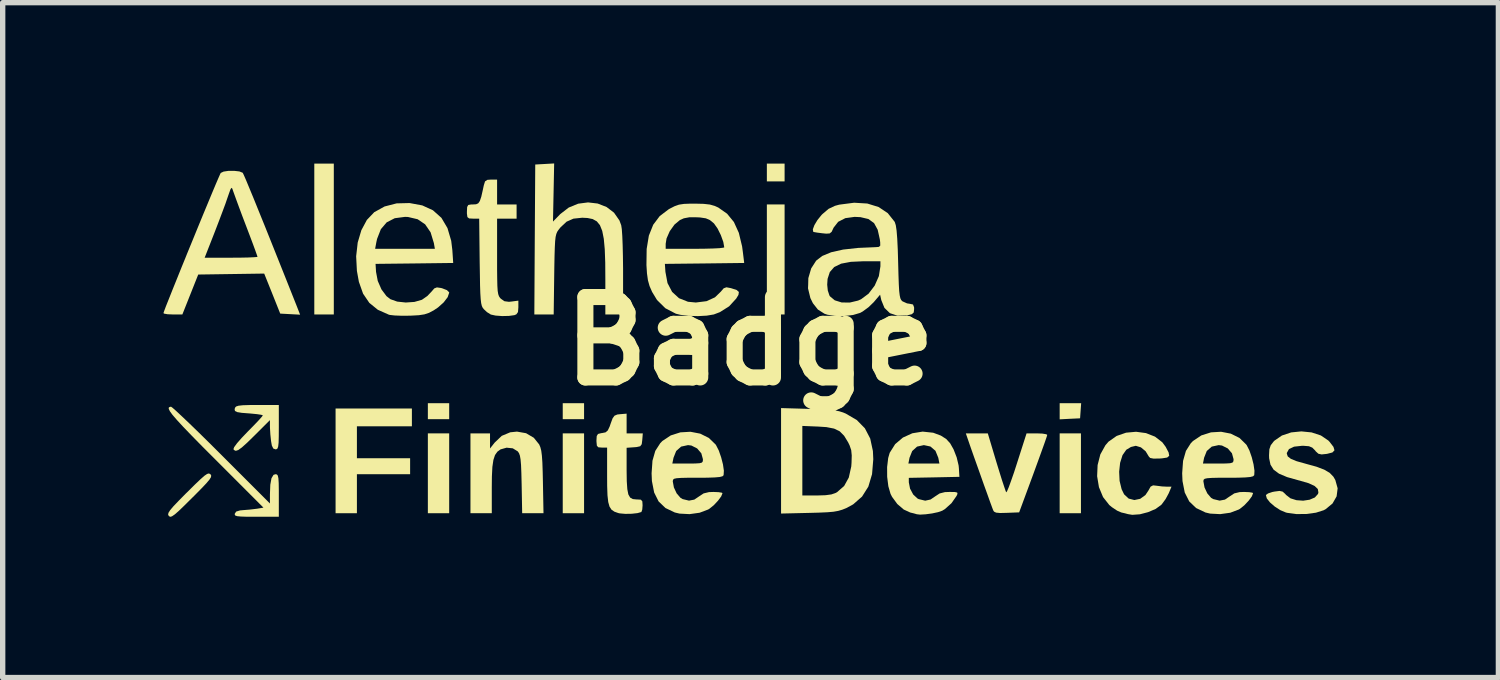
<source format=kicad_pcb>
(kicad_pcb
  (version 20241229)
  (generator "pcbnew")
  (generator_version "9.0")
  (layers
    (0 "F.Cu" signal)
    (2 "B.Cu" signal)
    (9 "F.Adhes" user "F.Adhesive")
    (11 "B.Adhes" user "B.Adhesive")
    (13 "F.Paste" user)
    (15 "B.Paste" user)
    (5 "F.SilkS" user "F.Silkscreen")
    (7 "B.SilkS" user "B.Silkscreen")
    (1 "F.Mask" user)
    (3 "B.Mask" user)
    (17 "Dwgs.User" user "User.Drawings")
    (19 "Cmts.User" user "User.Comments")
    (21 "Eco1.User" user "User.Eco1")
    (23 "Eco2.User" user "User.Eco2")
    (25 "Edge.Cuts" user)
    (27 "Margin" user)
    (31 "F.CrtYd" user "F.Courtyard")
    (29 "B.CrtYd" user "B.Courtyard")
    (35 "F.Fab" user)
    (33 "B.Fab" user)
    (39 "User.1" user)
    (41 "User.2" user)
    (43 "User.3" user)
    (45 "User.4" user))
  (footprint "Badge"
    (layer "F.Cu")
    (at 10.945 3.315)
    (property "Reference" "Badge" (at 0 0 0) (layer "F.SilkS") (effects (font (size 1.5 1.5) (thickness 0.3))))
    (attr board_only exclude_from_pos_files exclude_from_bom)
    (fp_poly (pts (xy -7.766 -1.904) (xy -7.766 -0.497) (xy -7.948 -0.497) (xy -8.13 -0.497) (xy -8.13 -1.904) (xy -8.13 -3.312) (xy -7.948 -3.312) (xy -7.766 -3.312)) (stroke (width 0) (type solid)) (fill yes) (layer "F.SilkS"))
    (fp_poly (pts (xy -5.613 1.308) (xy -5.613 1.457) (xy -5.812 1.457) (xy -6.011 1.457) (xy -6.011 1.308) (xy -6.011 1.159) (xy -5.812 1.159) (xy -5.613 1.159)) (stroke (width 0) (type solid)) (fill yes) (layer "F.SilkS"))
    (fp_poly (pts (xy -5.613 2.467) (xy -5.613 3.212) (xy -5.812 3.212) (xy -6.011 3.212) (xy -6.011 2.467) (xy -6.011 1.722) (xy -5.812 1.722) (xy -5.613 1.722)) (stroke (width 0) (type solid)) (fill yes) (layer "F.SilkS"))
    (fp_poly (pts (xy -3.096 1.308) (xy -3.096 1.457) (xy -3.295 1.457) (xy -3.494 1.457) (xy -3.494 1.308) (xy -3.494 1.159) (xy -3.295 1.159) (xy -3.096 1.159)) (stroke (width 0) (type solid)) (fill yes) (layer "F.SilkS"))
    (fp_poly (pts (xy -3.096 2.467) (xy -3.096 3.212) (xy -3.295 3.212) (xy -3.494 3.212) (xy -3.494 2.467) (xy -3.494 1.722) (xy -3.295 1.722) (xy -3.096 1.722)) (stroke (width 0) (type solid)) (fill yes) (layer "F.SilkS"))
    (fp_poly (pts (xy 0.646 -3.146) (xy 0.646 -2.98) (xy 0.48 -2.98) (xy 0.315 -2.98) (xy 0.315 -3.146) (xy 0.315 -3.312) (xy 0.48 -3.312) (xy 0.646 -3.312)) (stroke (width 0) (type solid)) (fill yes) (layer "F.SilkS"))
    (fp_poly (pts (xy 0.646 -1.523) (xy 0.646 -0.497) (xy 0.48 -0.497) (xy 0.315 -0.497) (xy 0.315 -1.523) (xy 0.315 -2.55) (xy 0.48 -2.55) (xy 0.646 -2.55)) (stroke (width 0) (type solid)) (fill yes) (layer "F.SilkS"))
    (fp_poly (pts (xy 6.17 1.3) (xy 6.16 1.441) (xy 5.969 1.45) (xy 5.779 1.46) (xy 5.779 1.31) (xy 5.779 1.159) (xy 5.979 1.159) (xy 6.18 1.159)) (stroke (width 0) (type solid)) (fill yes) (layer "F.SilkS"))
    (fp_poly (pts (xy 6.176 2.467) (xy 6.176 3.212) (xy 5.977 3.212) (xy 5.779 3.212) (xy 5.779 2.467) (xy 5.779 1.722) (xy 5.977 1.722) (xy 6.176 1.722)) (stroke (width 0) (type solid)) (fill yes) (layer "F.SilkS"))
    (fp_poly (pts (xy -6.309 1.424) (xy -6.309 1.59) (xy -6.822 1.59) (xy -7.335 1.59) (xy -7.335 1.888) (xy -7.335 2.186) (xy -6.838 2.186) (xy -6.342 2.186) (xy -6.342 2.335) (xy -6.342 2.484) (xy -6.838 2.484) (xy -7.335 2.484) (xy -7.335 2.848) (xy -7.335 3.212) (xy -7.534 3.212) (xy -7.733 3.212) (xy -7.733 2.235) (xy -7.733 1.258) (xy -7.021 1.258) (xy -6.309 1.258)) (stroke (width 0) (type solid)) (fill yes) (layer "F.SilkS"))
    (fp_poly (pts (xy -10.073 2.481) (xy -10.068 2.485) (xy -10.054 2.508) (xy -10.058 2.539) (xy -10.086 2.584) (xy -10.143 2.652) (xy -10.236 2.75) (xy -10.369 2.885) (xy -10.41 2.925) (xy -10.555 3.069) (xy -10.661 3.171) (xy -10.736 3.236) (xy -10.786 3.27) (xy -10.818 3.279) (xy -10.841 3.267) (xy -10.846 3.262) (xy -10.858 3.237) (xy -10.851 3.204) (xy -10.82 3.155) (xy -10.76 3.084) (xy -10.663 2.982) (xy -10.526 2.843) (xy -10.504 2.822) (xy -10.36 2.679) (xy -10.254 2.578) (xy -10.18 2.513) (xy -10.13 2.479) (xy -10.097 2.47)) (stroke (width 0) (type solid)) (fill yes) (layer "F.SilkS"))
    (fp_poly (pts (xy 5.457 1.726) (xy 5.527 1.738) (xy 5.547 1.75) (xy 5.536 1.788) (xy 5.505 1.879) (xy 5.457 2.013) (xy 5.396 2.182) (xy 5.325 2.377) (xy 5.285 2.487) (xy 5.023 3.196) (xy 4.792 3.205) (xy 4.667 3.208) (xy 4.593 3.201) (xy 4.554 3.182) (xy 4.538 3.156) (xy 4.517 3.1) (xy 4.478 2.994) (xy 4.427 2.851) (xy 4.366 2.683) (xy 4.302 2.502) (xy 4.238 2.322) (xy 4.178 2.154) (xy 4.128 2.012) (xy 4.105 1.946) (xy 4.028 1.722) (xy 4.233 1.722) (xy 4.438 1.722) (xy 4.599 2.26) (xy 4.654 2.439) (xy 4.703 2.596) (xy 4.744 2.719) (xy 4.771 2.798) (xy 4.782 2.822) (xy 4.798 2.8) (xy 4.83 2.724) (xy 4.874 2.603) (xy 4.928 2.448) (xy 4.981 2.284) (xy 5.161 1.722) (xy 5.354 1.722)) (stroke (width 0) (type solid)) (fill yes) (layer "F.SilkS"))
    (fp_poly (pts (xy -4.178 1.719) (xy -4.034 1.804) (xy -3.934 1.928) (xy -3.912 1.979) (xy -3.895 2.045) (xy -3.883 2.137) (xy -3.874 2.266) (xy -3.868 2.442) (xy -3.864 2.624) (xy -3.853 3.212) (xy -4.052 3.212) (xy -4.251 3.212) (xy -4.261 2.669) (xy -4.266 2.464) (xy -4.272 2.314) (xy -4.281 2.209) (xy -4.293 2.139) (xy -4.31 2.092) (xy -4.333 2.059) (xy -4.335 2.057) (xy -4.426 2.001) (xy -4.542 1.989) (xy -4.655 2.021) (xy -4.714 2.064) (xy -4.758 2.127) (xy -4.788 2.218) (xy -4.807 2.348) (xy -4.816 2.526) (xy -4.818 2.73) (xy -4.818 3.212) (xy -5.017 3.212) (xy -5.216 3.212) (xy -5.216 2.467) (xy -5.216 1.722) (xy -5.034 1.722) (xy -4.851 1.722) (xy -4.851 1.863) (xy -4.851 2.004) (xy -4.765 1.895) (xy -4.632 1.768) (xy -4.474 1.702) (xy -4.348 1.689)) (stroke (width 0) (type solid)) (fill yes) (layer "F.SilkS"))
    (fp_poly (pts (xy -8.792 1.606) (xy -8.793 1.778) (xy -8.796 1.895) (xy -8.804 1.967) (xy -8.817 2.004) (xy -8.837 2.018) (xy -8.854 2.02) (xy -8.895 2.005) (xy -8.922 1.95) (xy -8.937 1.866) (xy -8.95 1.742) (xy -8.957 1.622) (xy -8.958 1.594) (xy -8.958 1.475) (xy -9.248 1.764) (xy -9.383 1.896) (xy -9.481 1.984) (xy -9.549 2.033) (xy -9.595 2.048) (xy -9.626 2.034) (xy -9.639 2.017) (xy -9.626 1.98) (xy -9.572 1.906) (xy -9.484 1.806) (xy -9.376 1.693) (xy -9.266 1.581) (xy -9.176 1.487) (xy -9.114 1.418) (xy -9.09 1.387) (xy -9.09 1.386) (xy -9.121 1.375) (xy -9.201 1.363) (xy -9.315 1.352) (xy -9.339 1.35) (xy -9.482 1.339) (xy -9.568 1.325) (xy -9.61 1.305) (xy -9.617 1.272) (xy -9.609 1.243) (xy -9.59 1.221) (xy -9.545 1.206) (xy -9.464 1.197) (xy -9.336 1.193) (xy -9.191 1.192) (xy -8.792 1.192)) (stroke (width 0) (type solid)) (fill yes) (layer "F.SilkS"))
    (fp_poly (pts (xy -10.771 1.248) (xy -10.698 1.313) (xy -10.59 1.414) (xy -10.45 1.547) (xy -10.285 1.707) (xy -10.1 1.889) (xy -9.901 2.087) (xy -9.861 2.127) (xy -8.958 3.03) (xy -8.958 2.86) (xy -8.951 2.679) (xy -8.929 2.559) (xy -8.891 2.496) (xy -8.854 2.484) (xy -8.828 2.489) (xy -8.811 2.51) (xy -8.8 2.56) (xy -8.794 2.649) (xy -8.792 2.787) (xy -8.792 2.881) (xy -8.792 3.278) (xy -9.209 3.278) (xy -9.381 3.278) (xy -9.498 3.274) (xy -9.569 3.267) (xy -9.605 3.255) (xy -9.615 3.235) (xy -9.614 3.221) (xy -9.587 3.181) (xy -9.517 3.16) (xy -9.454 3.154) (xy -9.332 3.144) (xy -9.215 3.13) (xy -9.192 3.127) (xy -9.079 3.108) (xy -9.983 2.203) (xy -10.224 1.962) (xy -10.42 1.762) (xy -10.575 1.601) (xy -10.692 1.474) (xy -10.775 1.378) (xy -10.825 1.309) (xy -10.847 1.263) (xy -10.844 1.237) (xy -10.818 1.226) (xy -10.802 1.225)) (stroke (width 0) (type solid)) (fill yes) (layer "F.SilkS"))
    (fp_poly (pts (xy -3.665 -2.772) (xy -3.676 -2.23) (xy -3.539 -2.371) (xy -3.382 -2.492) (xy -3.206 -2.564) (xy -3.022 -2.588) (xy -2.842 -2.567) (xy -2.676 -2.502) (xy -2.537 -2.396) (xy -2.436 -2.251) (xy -2.403 -2.162) (xy -2.392 -2.091) (xy -2.383 -1.964) (xy -2.376 -1.793) (xy -2.371 -1.587) (xy -2.368 -1.356) (xy -2.368 -1.267) (xy -2.368 -0.497) (xy -2.533 -0.497) (xy -2.699 -0.497) (xy -2.699 -1.157) (xy -2.701 -1.466) (xy -2.71 -1.714) (xy -2.728 -1.909) (xy -2.757 -2.056) (xy -2.8 -2.163) (xy -2.858 -2.234) (xy -2.935 -2.277) (xy -3.032 -2.297) (xy -3.13 -2.302) (xy -3.294 -2.285) (xy -3.423 -2.228) (xy -3.537 -2.121) (xy -3.574 -2.074) (xy -3.597 -2.04) (xy -3.614 -1.999) (xy -3.627 -1.944) (xy -3.636 -1.863) (xy -3.642 -1.749) (xy -3.647 -1.591) (xy -3.651 -1.382) (xy -3.653 -1.24) (xy -3.663 -0.497) (xy -3.844 -0.497) (xy -4.024 -0.497) (xy -4.016 -1.896) (xy -4.007 -3.295) (xy -3.83 -3.305) (xy -3.654 -3.315)) (stroke (width 0) (type solid)) (fill yes) (layer "F.SilkS"))
    (fp_poly (pts (xy 1.101 1.265) (xy 1.308 1.271) (xy 1.462 1.28) (xy 1.576 1.292) (xy 1.664 1.309) (xy 1.738 1.332) (xy 1.788 1.353) (xy 1.993 1.473) (xy 2.144 1.627) (xy 2.244 1.819) (xy 2.294 2.052) (xy 2.301 2.205) (xy 2.278 2.483) (xy 2.209 2.715) (xy 2.091 2.902) (xy 1.925 3.047) (xy 1.798 3.116) (xy 1.723 3.146) (xy 1.648 3.168) (xy 1.559 3.184) (xy 1.443 3.194) (xy 1.285 3.201) (xy 1.101 3.206) (xy 0.58 3.218) (xy 0.58 2.234) (xy 0.58 2.232) (xy 0.977 2.232) (xy 0.977 2.881) (xy 1.25 2.881) (xy 1.409 2.876) (xy 1.52 2.861) (xy 1.602 2.832) (xy 1.626 2.818) (xy 1.757 2.704) (xy 1.844 2.546) (xy 1.89 2.34) (xy 1.895 2.273) (xy 1.899 2.134) (xy 1.889 2.034) (xy 1.859 1.946) (xy 1.832 1.89) (xy 1.757 1.767) (xy 1.675 1.684) (xy 1.57 1.633) (xy 1.426 1.605) (xy 1.273 1.595) (xy 0.977 1.583) (xy 0.977 2.232) (xy 0.58 2.232) (xy 0.58 1.25)) (stroke (width 0) (type solid)) (fill yes) (layer "F.SilkS"))
    (fp_poly (pts (xy -2.302 1.538) (xy -2.302 1.722) (xy -2.151 1.722) (xy -2 1.722) (xy -2.01 1.846) (xy -2.02 1.924) (xy -2.048 1.962) (xy -2.113 1.977) (xy -2.161 1.981) (xy -2.302 1.991) (xy -2.302 2.413) (xy -2.299 2.617) (xy -2.289 2.763) (xy -2.27 2.861) (xy -2.236 2.92) (xy -2.186 2.948) (xy -2.116 2.955) (xy -2.108 2.955) (xy -2.037 2.959) (xy -2.009 2.99) (xy -2.004 3.063) (xy -2.01 3.143) (xy -2.026 3.188) (xy -2.028 3.19) (xy -2.099 3.21) (xy -2.207 3.222) (xy -2.327 3.224) (xy -2.429 3.215) (xy -2.457 3.209) (xy -2.53 3.183) (xy -2.584 3.146) (xy -2.621 3.089) (xy -2.645 3.003) (xy -2.659 2.878) (xy -2.665 2.705) (xy -2.666 2.509) (xy -2.666 1.987) (xy -2.765 1.987) (xy -2.829 1.982) (xy -2.857 1.953) (xy -2.864 1.881) (xy -2.865 1.857) (xy -2.86 1.772) (xy -2.836 1.733) (xy -2.777 1.718) (xy -2.76 1.716) (xy -2.695 1.703) (xy -2.653 1.667) (xy -2.618 1.593) (xy -2.6 1.54) (xy -2.564 1.442) (xy -2.528 1.392) (xy -2.476 1.37) (xy -2.423 1.364) (xy -2.302 1.354)) (stroke (width 0) (type solid)) (fill yes) (layer "F.SilkS"))
    (fp_poly (pts (xy -4.719 -2.782) (xy -4.719 -2.55) (xy -4.537 -2.55) (xy -4.355 -2.55) (xy -4.355 -2.417) (xy -4.355 -2.285) (xy -4.537 -2.285) (xy -4.719 -2.285) (xy -4.719 -1.573) (xy -4.719 -1.338) (xy -4.717 -1.16) (xy -4.714 -1.03) (xy -4.708 -0.938) (xy -4.698 -0.877) (xy -4.684 -0.837) (xy -4.665 -0.808) (xy -4.649 -0.791) (xy -4.582 -0.744) (xy -4.498 -0.733) (xy -4.45 -0.738) (xy -4.322 -0.755) (xy -4.322 -0.63) (xy -4.329 -0.542) (xy -4.36 -0.499) (xy -4.396 -0.484) (xy -4.497 -0.47) (xy -4.624 -0.467) (xy -4.746 -0.476) (xy -4.834 -0.495) (xy -4.835 -0.495) (xy -4.907 -0.54) (xy -4.967 -0.596) (xy -4.988 -0.623) (xy -5.004 -0.657) (xy -5.016 -0.708) (xy -5.025 -0.783) (xy -5.032 -0.891) (xy -5.037 -1.04) (xy -5.04 -1.239) (xy -5.044 -1.477) (xy -5.053 -2.285) (xy -5.168 -2.285) (xy -5.241 -2.289) (xy -5.273 -2.314) (xy -5.282 -2.379) (xy -5.282 -2.417) (xy -5.278 -2.502) (xy -5.257 -2.54) (xy -5.201 -2.55) (xy -5.167 -2.55) (xy -5.111 -2.553) (xy -5.071 -2.571) (xy -5.041 -2.614) (xy -5.014 -2.694) (xy -4.985 -2.822) (xy -4.967 -2.906) (xy -4.944 -2.98) (xy -4.901 -3.009) (xy -4.832 -3.014) (xy -4.719 -3.014)) (stroke (width 0) (type solid)) (fill yes) (layer "F.SilkS"))
    (fp_poly (pts (xy 7.39 1.717) (xy 7.558 1.783) (xy 7.694 1.888) (xy 7.757 1.973) (xy 7.812 2.078) (xy 7.823 2.141) (xy 7.785 2.173) (xy 7.69 2.188) (xy 7.646 2.191) (xy 7.531 2.193) (xy 7.468 2.181) (xy 7.442 2.153) (xy 7.383 2.056) (xy 7.295 1.983) (xy 7.2 1.954) (xy 7.199 1.954) (xy 7.109 1.976) (xy 7.022 2.028) (xy 7.022 2.028) (xy 6.952 2.128) (xy 6.907 2.271) (xy 6.889 2.437) (xy 6.897 2.608) (xy 6.935 2.764) (xy 6.981 2.859) (xy 7.067 2.939) (xy 7.173 2.966) (xy 7.282 2.943) (xy 7.379 2.873) (xy 7.435 2.789) (xy 7.476 2.716) (xy 7.522 2.692) (xy 7.579 2.698) (xy 7.689 2.712) (xy 7.77 2.716) (xy 7.866 2.716) (xy 7.814 2.84) (xy 7.755 2.949) (xy 7.682 3.048) (xy 7.674 3.056) (xy 7.57 3.132) (xy 7.429 3.192) (xy 7.276 3.232) (xy 7.134 3.242) (xy 7.054 3.229) (xy 6.999 3.214) (xy 6.929 3.198) (xy 6.851 3.164) (xy 6.755 3.1) (xy 6.705 3.059) (xy 6.588 2.91) (xy 6.512 2.726) (xy 6.478 2.522) (xy 6.487 2.313) (xy 6.538 2.114) (xy 6.633 1.943) (xy 6.691 1.876) (xy 6.842 1.77) (xy 7.018 1.709) (xy 7.205 1.692)) (stroke (width 0) (type solid)) (fill yes) (layer "F.SilkS"))
    (fp_poly (pts (xy 3.419 1.71) (xy 3.561 1.763) (xy 3.661 1.826) (xy 3.735 1.907) (xy 3.799 2.02) (xy 3.857 2.169) (xy 3.893 2.32) (xy 3.898 2.368) (xy 3.908 2.533) (xy 3.436 2.543) (xy 2.964 2.552) (xy 2.964 2.635) (xy 2.987 2.753) (xy 3.046 2.863) (xy 3.127 2.938) (xy 3.15 2.949) (xy 3.27 2.978) (xy 3.37 2.956) (xy 3.455 2.898) (xy 3.539 2.843) (xy 3.638 2.818) (xy 3.723 2.815) (xy 3.822 2.816) (xy 3.867 2.826) (xy 3.872 2.851) (xy 3.855 2.889) (xy 3.76 3.025) (xy 3.637 3.135) (xy 3.588 3.165) (xy 3.51 3.192) (xy 3.398 3.216) (xy 3.278 3.232) (xy 3.174 3.238) (xy 3.113 3.231) (xy 3.058 3.215) (xy 2.991 3.199) (xy 2.869 3.143) (xy 2.749 3.04) (xy 2.651 2.906) (xy 2.623 2.851) (xy 2.582 2.709) (xy 2.56 2.533) (xy 2.559 2.349) (xy 2.567 2.285) (xy 2.956 2.285) (xy 3.245 2.285) (xy 3.535 2.285) (xy 3.514 2.177) (xy 3.461 2.047) (xy 3.367 1.967) (xy 3.245 1.941) (xy 3.118 1.969) (xy 3.027 2.052) (xy 2.977 2.177) (xy 2.956 2.285) (xy 2.567 2.285) (xy 2.579 2.182) (xy 2.607 2.085) (xy 2.709 1.923) (xy 2.854 1.8) (xy 3.03 1.72) (xy 3.222 1.689)) (stroke (width 0) (type solid)) (fill yes) (layer "F.SilkS"))
    (fp_poly (pts (xy -6.115 -2.532) (xy -5.916 -2.441) (xy -5.758 -2.3) (xy -5.645 -2.109) (xy -5.575 -1.871) (xy -5.554 -1.698) (xy -5.538 -1.458) (xy -6.263 -1.449) (xy -6.987 -1.441) (xy -6.978 -1.292) (xy -6.946 -1.123) (xy -6.877 -0.965) (xy -6.783 -0.839) (xy -6.71 -0.782) (xy -6.583 -0.737) (xy -6.424 -0.72) (xy -6.262 -0.731) (xy -6.125 -0.77) (xy -6.116 -0.775) (xy -6.02 -0.842) (xy -5.942 -0.924) (xy -5.891 -0.983) (xy -5.842 -1.002) (xy -5.765 -0.991) (xy -5.743 -0.985) (xy -5.655 -0.951) (xy -5.614 -0.911) (xy -5.613 -0.903) (xy -5.641 -0.82) (xy -5.715 -0.723) (xy -5.821 -0.628) (xy -5.903 -0.573) (xy -5.99 -0.527) (xy -6.075 -0.499) (xy -6.179 -0.483) (xy -6.324 -0.475) (xy -6.357 -0.474) (xy -6.501 -0.473) (xy -6.629 -0.478) (xy -6.719 -0.488) (xy -6.739 -0.493) (xy -6.944 -0.584) (xy -7.103 -0.713) (xy -7.22 -0.885) (xy -7.298 -1.106) (xy -7.335 -1.31) (xy -7.349 -1.583) (xy -7.333 -1.722) (xy -6.995 -1.722) (xy -6.437 -1.722) (xy -5.88 -1.722) (xy -5.899 -1.83) (xy -5.96 -2.03) (xy -6.062 -2.179) (xy -6.202 -2.274) (xy -6.382 -2.316) (xy -6.438 -2.318) (xy -6.629 -2.293) (xy -6.779 -2.216) (xy -6.888 -2.088) (xy -6.959 -1.906) (xy -6.972 -1.846) (xy -6.995 -1.722) (xy -7.333 -1.722) (xy -7.32 -1.839) (xy -7.252 -2.069) (xy -7.149 -2.261) (xy -7.013 -2.404) (xy -7.012 -2.405) (xy -6.819 -2.512) (xy -6.594 -2.57) (xy -6.352 -2.576)) (stroke (width 0) (type solid)) (fill yes) (layer "F.SilkS"))
    (fp_poly (pts (xy -0.929 1.727) (xy -0.768 1.807) (xy -0.642 1.929) (xy -0.632 1.944) (xy -0.582 2.042) (xy -0.538 2.169) (xy -0.504 2.301) (xy -0.487 2.419) (xy -0.492 2.5) (xy -0.493 2.504) (xy -0.514 2.523) (xy -0.565 2.536) (xy -0.656 2.544) (xy -0.796 2.549) (xy -0.976 2.55) (xy -1.16 2.55) (xy -1.287 2.553) (xy -1.369 2.559) (xy -1.415 2.569) (xy -1.435 2.586) (xy -1.44 2.611) (xy -1.441 2.617) (xy -1.42 2.731) (xy -1.368 2.842) (xy -1.297 2.924) (xy -1.258 2.948) (xy -1.138 2.977) (xy -1.039 2.958) (xy -0.95 2.898) (xy -0.865 2.842) (xy -0.765 2.818) (xy -0.682 2.815) (xy -0.587 2.819) (xy -0.525 2.829) (xy -0.513 2.838) (xy -0.537 2.898) (xy -0.597 2.979) (xy -0.676 3.063) (xy -0.759 3.13) (xy -0.781 3.143) (xy -0.94 3.203) (xy -1.128 3.229) (xy -1.315 3.219) (xy -1.403 3.198) (xy -1.577 3.115) (xy -1.705 2.992) (xy -1.788 2.826) (xy -1.83 2.612) (xy -1.836 2.467) (xy -1.823 2.285) (xy -1.449 2.285) (xy -1.163 2.285) (xy -1.026 2.284) (xy -0.941 2.279) (xy -0.897 2.267) (xy -0.88 2.243) (xy -0.878 2.204) (xy -0.878 2.204) (xy -0.908 2.094) (xy -0.986 2.003) (xy -1.093 1.949) (xy -1.156 1.941) (xy -1.285 1.969) (xy -1.377 2.051) (xy -1.427 2.177) (xy -1.449 2.285) (xy -1.823 2.285) (xy -1.82 2.234) (xy -1.767 2.049) (xy -1.675 1.906) (xy -1.635 1.864) (xy -1.478 1.76) (xy -1.299 1.703) (xy -1.111 1.692)) (stroke (width 0) (type solid)) (fill yes) (layer "F.SilkS"))
    (fp_poly (pts (xy 8.972 1.727) (xy 9.134 1.807) (xy 9.259 1.929) (xy 9.27 1.944) (xy 9.32 2.042) (xy 9.364 2.169) (xy 9.397 2.301) (xy 9.414 2.419) (xy 9.41 2.5) (xy 9.408 2.504) (xy 9.387 2.523) (xy 9.336 2.536) (xy 9.245 2.544) (xy 9.106 2.549) (xy 8.926 2.55) (xy 8.742 2.55) (xy 8.615 2.553) (xy 8.533 2.559) (xy 8.487 2.569) (xy 8.466 2.586) (xy 8.461 2.611) (xy 8.461 2.617) (xy 8.482 2.731) (xy 8.534 2.842) (xy 8.604 2.924) (xy 8.644 2.948) (xy 8.764 2.977) (xy 8.863 2.958) (xy 8.952 2.898) (xy 9.037 2.842) (xy 9.137 2.818) (xy 9.219 2.815) (xy 9.315 2.819) (xy 9.376 2.829) (xy 9.388 2.838) (xy 9.365 2.898) (xy 9.305 2.979) (xy 9.226 3.063) (xy 9.143 3.13) (xy 9.121 3.143) (xy 8.962 3.203) (xy 8.774 3.229) (xy 8.587 3.219) (xy 8.499 3.198) (xy 8.325 3.115) (xy 8.197 2.992) (xy 8.113 2.826) (xy 8.071 2.612) (xy 8.065 2.467) (xy 8.078 2.285) (xy 8.453 2.285) (xy 8.738 2.285) (xy 8.876 2.284) (xy 8.96 2.279) (xy 9.004 2.267) (xy 9.021 2.243) (xy 9.024 2.204) (xy 9.024 2.204) (xy 8.994 2.094) (xy 8.916 2.003) (xy 8.808 1.949) (xy 8.746 1.941) (xy 8.617 1.969) (xy 8.524 2.051) (xy 8.474 2.177) (xy 8.453 2.285) (xy 8.078 2.285) (xy 8.082 2.234) (xy 8.135 2.049) (xy 8.226 1.906) (xy 8.267 1.864) (xy 8.423 1.76) (xy 8.603 1.703) (xy 8.791 1.692)) (stroke (width 0) (type solid)) (fill yes) (layer "F.SilkS"))
    (fp_poly (pts (xy -9.528 -3.166) (xy -9.468 -3.142) (xy -9.464 -3.138) (xy -9.445 -3.098) (xy -9.403 -3.002) (xy -9.342 -2.855) (xy -9.262 -2.662) (xy -9.167 -2.427) (xy -9.057 -2.156) (xy -8.936 -1.854) (xy -8.805 -1.526) (xy -8.666 -1.178) (xy -8.521 -0.813) (xy -8.457 -0.652) (xy -8.395 -0.493) (xy -8.58 -0.503) (xy -8.766 -0.513) (xy -8.915 -0.887) (xy -9.065 -1.26) (xy -9.68 -1.251) (xy -10.296 -1.242) (xy -10.444 -0.869) (xy -10.592 -0.497) (xy -10.769 -0.497) (xy -10.867 -0.501) (xy -10.931 -0.512) (xy -10.945 -0.522) (xy -10.933 -0.558) (xy -10.899 -0.649) (xy -10.845 -0.784) (xy -10.776 -0.958) (xy -10.694 -1.161) (xy -10.603 -1.387) (xy -10.534 -1.556) (xy -10.176 -1.556) (xy -9.683 -1.556) (xy -9.511 -1.557) (xy -9.365 -1.56) (xy -9.256 -1.565) (xy -9.197 -1.57) (xy -9.19 -1.573) (xy -9.201 -1.607) (xy -9.232 -1.694) (xy -9.279 -1.822) (xy -9.339 -1.981) (xy -9.401 -2.144) (xy -9.472 -2.33) (xy -9.536 -2.502) (xy -9.589 -2.646) (xy -9.627 -2.751) (xy -9.644 -2.798) (xy -9.661 -2.847) (xy -9.677 -2.86) (xy -9.696 -2.828) (xy -9.726 -2.744) (xy -9.749 -2.678) (xy -9.788 -2.564) (xy -9.846 -2.408) (xy -9.914 -2.228) (xy -9.985 -2.043) (xy -9.999 -2.007) (xy -10.176 -1.556) (xy -10.534 -1.556) (xy -10.506 -1.626) (xy -10.405 -1.872) (xy -10.305 -2.117) (xy -10.208 -2.353) (xy -10.117 -2.572) (xy -10.037 -2.765) (xy -9.969 -2.927) (xy -9.917 -3.048) (xy -9.885 -3.12) (xy -9.876 -3.138) (xy -9.823 -3.163) (xy -9.73 -3.177) (xy -9.624 -3.177)) (stroke (width 0) (type solid)) (fill yes) (layer "F.SilkS"))
    (fp_poly (pts (xy 10.48 1.704) (xy 10.653 1.761) (xy 10.792 1.855) (xy 10.814 1.878) (xy 10.888 1.974) (xy 10.907 2.038) (xy 10.869 2.078) (xy 10.773 2.103) (xy 10.762 2.105) (xy 10.666 2.115) (xy 10.607 2.102) (xy 10.558 2.058) (xy 10.545 2.04) (xy 10.493 1.988) (xy 10.431 1.962) (xy 10.333 1.954) (xy 10.299 1.954) (xy 10.153 1.97) (xy 10.058 2.015) (xy 10.018 2.087) (xy 10.018 2.101) (xy 10.035 2.152) (xy 10.093 2.197) (xy 10.2 2.241) (xy 10.365 2.287) (xy 10.371 2.289) (xy 10.571 2.344) (xy 10.716 2.399) (xy 10.818 2.459) (xy 10.888 2.532) (xy 10.923 2.593) (xy 10.966 2.747) (xy 10.947 2.897) (xy 10.871 3.03) (xy 10.743 3.136) (xy 10.704 3.157) (xy 10.561 3.202) (xy 10.383 3.226) (xy 10.196 3.228) (xy 10.028 3.205) (xy 10.002 3.199) (xy 9.897 3.155) (xy 9.793 3.088) (xy 9.703 3.01) (xy 9.644 2.935) (xy 9.628 2.875) (xy 9.629 2.871) (xy 9.667 2.843) (xy 9.747 2.816) (xy 9.788 2.808) (xy 9.882 2.796) (xy 9.94 2.809) (xy 9.989 2.853) (xy 10.003 2.87) (xy 10.086 2.934) (xy 10.198 2.969) (xy 10.323 2.978) (xy 10.443 2.96) (xy 10.541 2.918) (xy 10.6 2.852) (xy 10.607 2.824) (xy 10.596 2.76) (xy 10.537 2.704) (xy 10.425 2.652) (xy 10.254 2.602) (xy 10.233 2.597) (xy 10.023 2.538) (xy 9.872 2.474) (xy 9.771 2.399) (xy 9.713 2.306) (xy 9.688 2.188) (xy 9.686 2.132) (xy 9.692 2.019) (xy 9.718 1.943) (xy 9.773 1.872) (xy 9.787 1.858) (xy 9.926 1.762) (xy 10.099 1.704) (xy 10.289 1.685)) (stroke (width 0) (type solid)) (fill yes) (layer "F.SilkS"))
    (fp_poly (pts (xy -0.865 -2.561) (xy -0.748 -2.548) (xy -0.657 -2.522) (xy -0.591 -2.492) (xy -0.427 -2.377) (xy -0.3 -2.222) (xy -0.208 -2.02) (xy -0.147 -1.767) (xy -0.131 -1.648) (xy -0.108 -1.458) (xy -0.848 -1.449) (xy -1.588 -1.441) (xy -1.578 -1.292) (xy -1.539 -1.083) (xy -1.453 -0.918) (xy -1.324 -0.8) (xy -1.157 -0.734) (xy -1.011 -0.72) (xy -0.81 -0.745) (xy -0.653 -0.817) (xy -0.543 -0.924) (xy -0.491 -0.985) (xy -0.44 -1.004) (xy -0.36 -0.989) (xy -0.352 -0.987) (xy -0.25 -0.954) (xy -0.207 -0.917) (xy -0.215 -0.863) (xy -0.257 -0.793) (xy -0.389 -0.649) (xy -0.562 -0.54) (xy -0.675 -0.497) (xy -0.807 -0.475) (xy -0.972 -0.466) (xy -1.144 -0.471) (xy -1.297 -0.49) (xy -1.383 -0.511) (xy -1.579 -0.613) (xy -1.735 -0.767) (xy -1.826 -0.917) (xy -1.874 -1.027) (xy -1.904 -1.134) (xy -1.922 -1.262) (xy -1.932 -1.419) (xy -1.928 -1.719) (xy -1.912 -1.816) (xy -1.573 -1.816) (xy -1.573 -1.722) (xy -1.027 -1.722) (xy -0.845 -1.724) (xy -0.689 -1.728) (xy -0.569 -1.734) (xy -0.497 -1.743) (xy -0.48 -1.749) (xy -0.498 -1.851) (xy -0.544 -1.978) (xy -0.605 -2.101) (xy -0.67 -2.193) (xy -0.679 -2.202) (xy -0.749 -2.259) (xy -0.824 -2.291) (xy -0.931 -2.307) (xy -0.986 -2.31) (xy -1.129 -2.311) (xy -1.235 -2.291) (xy -1.307 -2.259) (xy -1.409 -2.174) (xy -1.497 -2.051) (xy -1.557 -1.915) (xy -1.573 -1.816) (xy -1.912 -1.816) (xy -1.887 -1.968) (xy -1.806 -2.171) (xy -1.684 -2.333) (xy -1.518 -2.459) (xy -1.499 -2.47) (xy -1.407 -2.517) (xy -1.325 -2.546) (xy -1.233 -2.56) (xy -1.107 -2.565) (xy -1.027 -2.565)) (stroke (width 0) (type solid)) (fill yes) (layer "F.SilkS"))
    (fp_poly (pts (xy 2.19 -2.567) (xy 2.4 -2.502) (xy 2.571 -2.388) (xy 2.699 -2.227) (xy 2.703 -2.219) (xy 2.721 -2.162) (xy 2.736 -2.061) (xy 2.748 -1.911) (xy 2.758 -1.704) (xy 2.765 -1.463) (xy 2.771 -1.234) (xy 2.777 -1.062) (xy 2.784 -0.938) (xy 2.794 -0.854) (xy 2.806 -0.799) (xy 2.822 -0.766) (xy 2.843 -0.744) (xy 2.846 -0.742) (xy 2.93 -0.704) (xy 2.987 -0.695) (xy 3.042 -0.683) (xy 3.062 -0.632) (xy 3.063 -0.599) (xy 3.056 -0.535) (xy 3.021 -0.502) (xy 2.941 -0.482) (xy 2.931 -0.48) (xy 2.752 -0.474) (xy 2.611 -0.521) (xy 2.509 -0.62) (xy 2.45 -0.766) (xy 2.428 -0.866) (xy 2.309 -0.726) (xy 2.213 -0.633) (xy 2.104 -0.553) (xy 2.055 -0.526) (xy 1.923 -0.487) (xy 1.759 -0.468) (xy 1.591 -0.469) (xy 1.445 -0.492) (xy 1.391 -0.51) (xy 1.267 -0.589) (xy 1.174 -0.707) (xy 1.127 -0.803) (xy 1.083 -0.984) (xy 1.086 -1.052) (xy 1.441 -1.052) (xy 1.452 -0.944) (xy 1.482 -0.853) (xy 1.492 -0.836) (xy 1.582 -0.761) (xy 1.711 -0.721) (xy 1.862 -0.719) (xy 2.017 -0.756) (xy 2.073 -0.781) (xy 2.213 -0.885) (xy 2.327 -1.035) (xy 2.405 -1.212) (xy 2.434 -1.395) (xy 2.434 -1.399) (xy 2.434 -1.49) (xy 2.12 -1.49) (xy 1.882 -1.479) (xy 1.701 -1.445) (xy 1.572 -1.382) (xy 1.49 -1.289) (xy 1.448 -1.161) (xy 1.441 -1.052) (xy 1.086 -1.052) (xy 1.089 -1.175) (xy 1.142 -1.356) (xy 1.235 -1.501) (xy 1.349 -1.589) (xy 1.516 -1.658) (xy 1.739 -1.708) (xy 2.021 -1.739) (xy 2.347 -1.753) (xy 2.406 -1.758) (xy 2.431 -1.782) (xy 2.43 -1.843) (xy 2.423 -1.898) (xy 2.383 -2.078) (xy 2.315 -2.202) (xy 2.21 -2.278) (xy 2.061 -2.313) (xy 1.953 -2.318) (xy 1.779 -2.294) (xy 1.646 -2.226) (xy 1.56 -2.116) (xy 1.555 -2.105) (xy 1.524 -2.039) (xy 1.487 -2.009) (xy 1.422 -2.005) (xy 1.351 -2.012) (xy 1.256 -2.024) (xy 1.193 -2.035) (xy 1.18 -2.04) (xy 1.173 -2.086) (xy 1.202 -2.164) (xy 1.259 -2.259) (xy 1.335 -2.353) (xy 1.352 -2.37) (xy 1.467 -2.468) (xy 1.585 -2.524) (xy 1.666 -2.546) (xy 1.944 -2.582)) (stroke (width 0) (type solid)) (fill yes) (layer "F.SilkS")))
  (gr_rect
    (start -3 -3)
    (end 24.911 9.594)
    (stroke (width 0.1) (type default))
    (fill no)
    (layer "Edge.Cuts")))
</source>
